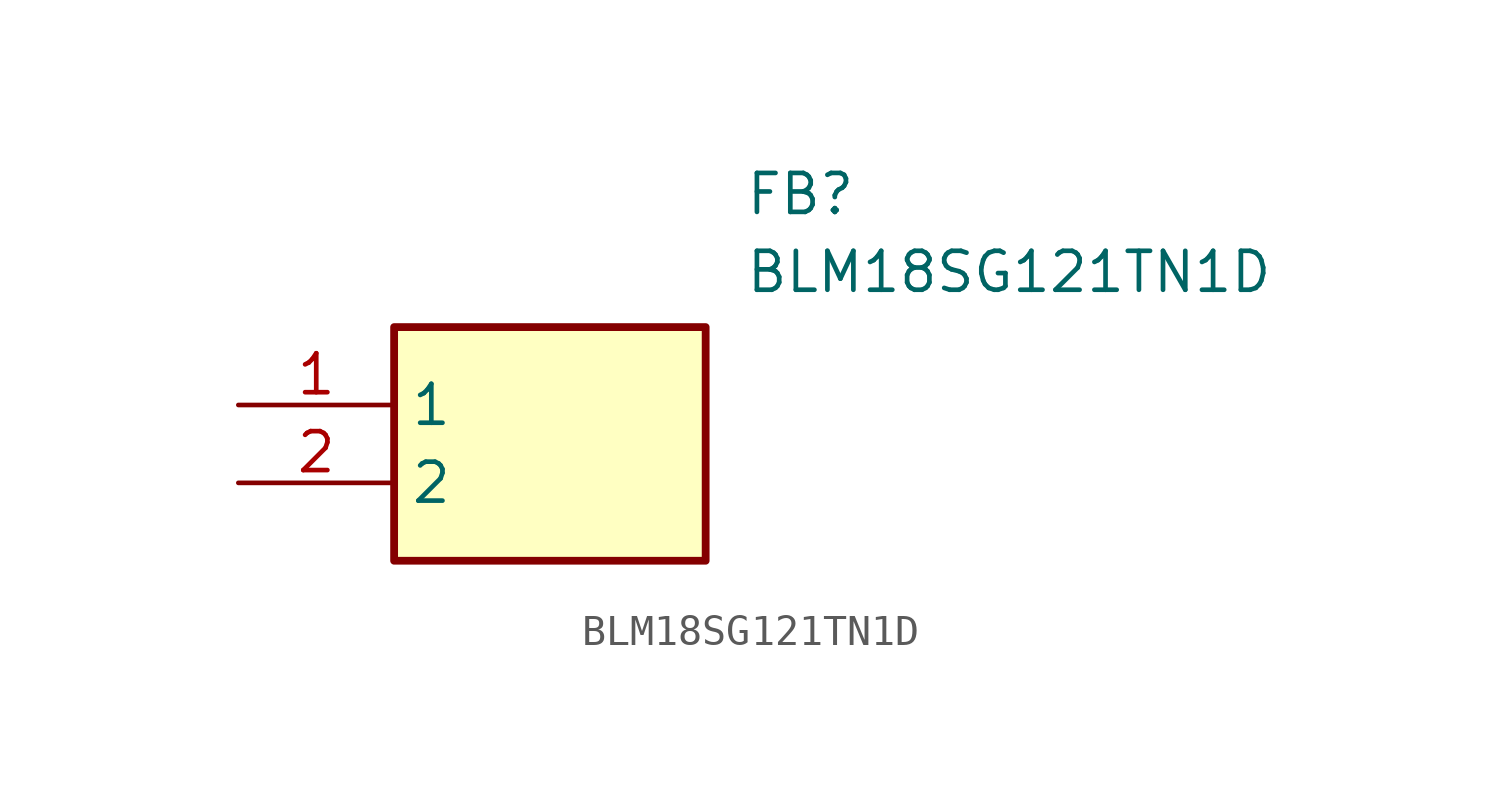
<source format=kicad_sym>
(kicad_symbol_lib
  (version 20211014)
  (generator SamacSys_ECAD_Model)
  (symbol "BLM18SG121TN1D"
    (property "Reference" "FB"
      (at 16.51 7.62 0)
      (effects (font (size 1.27 1.27)) (justify left top)))
    (property "Value" "BLM18SG121TN1D"
      (at 16.51 5.08 0)
      (effects (font (size 1.27 1.27)) (justify left top)))
    (rectangle
      (start 5.08 2.54)
      (end 15.24 -5.08)
      (stroke (width 0.254) (type default))
      (fill (type background)))
    (pin passive line
      (at 0 0 0)
      (length 5.08)
      (name "1" (effects (font (size 1.27 1.27))))
      (number "1" (effects (font (size 1.27 1.27)))))
    (pin passive line
      (at 0 -2.54 0)
      (length 5.08)
      (name "2" (effects (font (size 1.27 1.27))))
      (number "2" (effects (font (size 1.27 1.27)))))))
</source>
